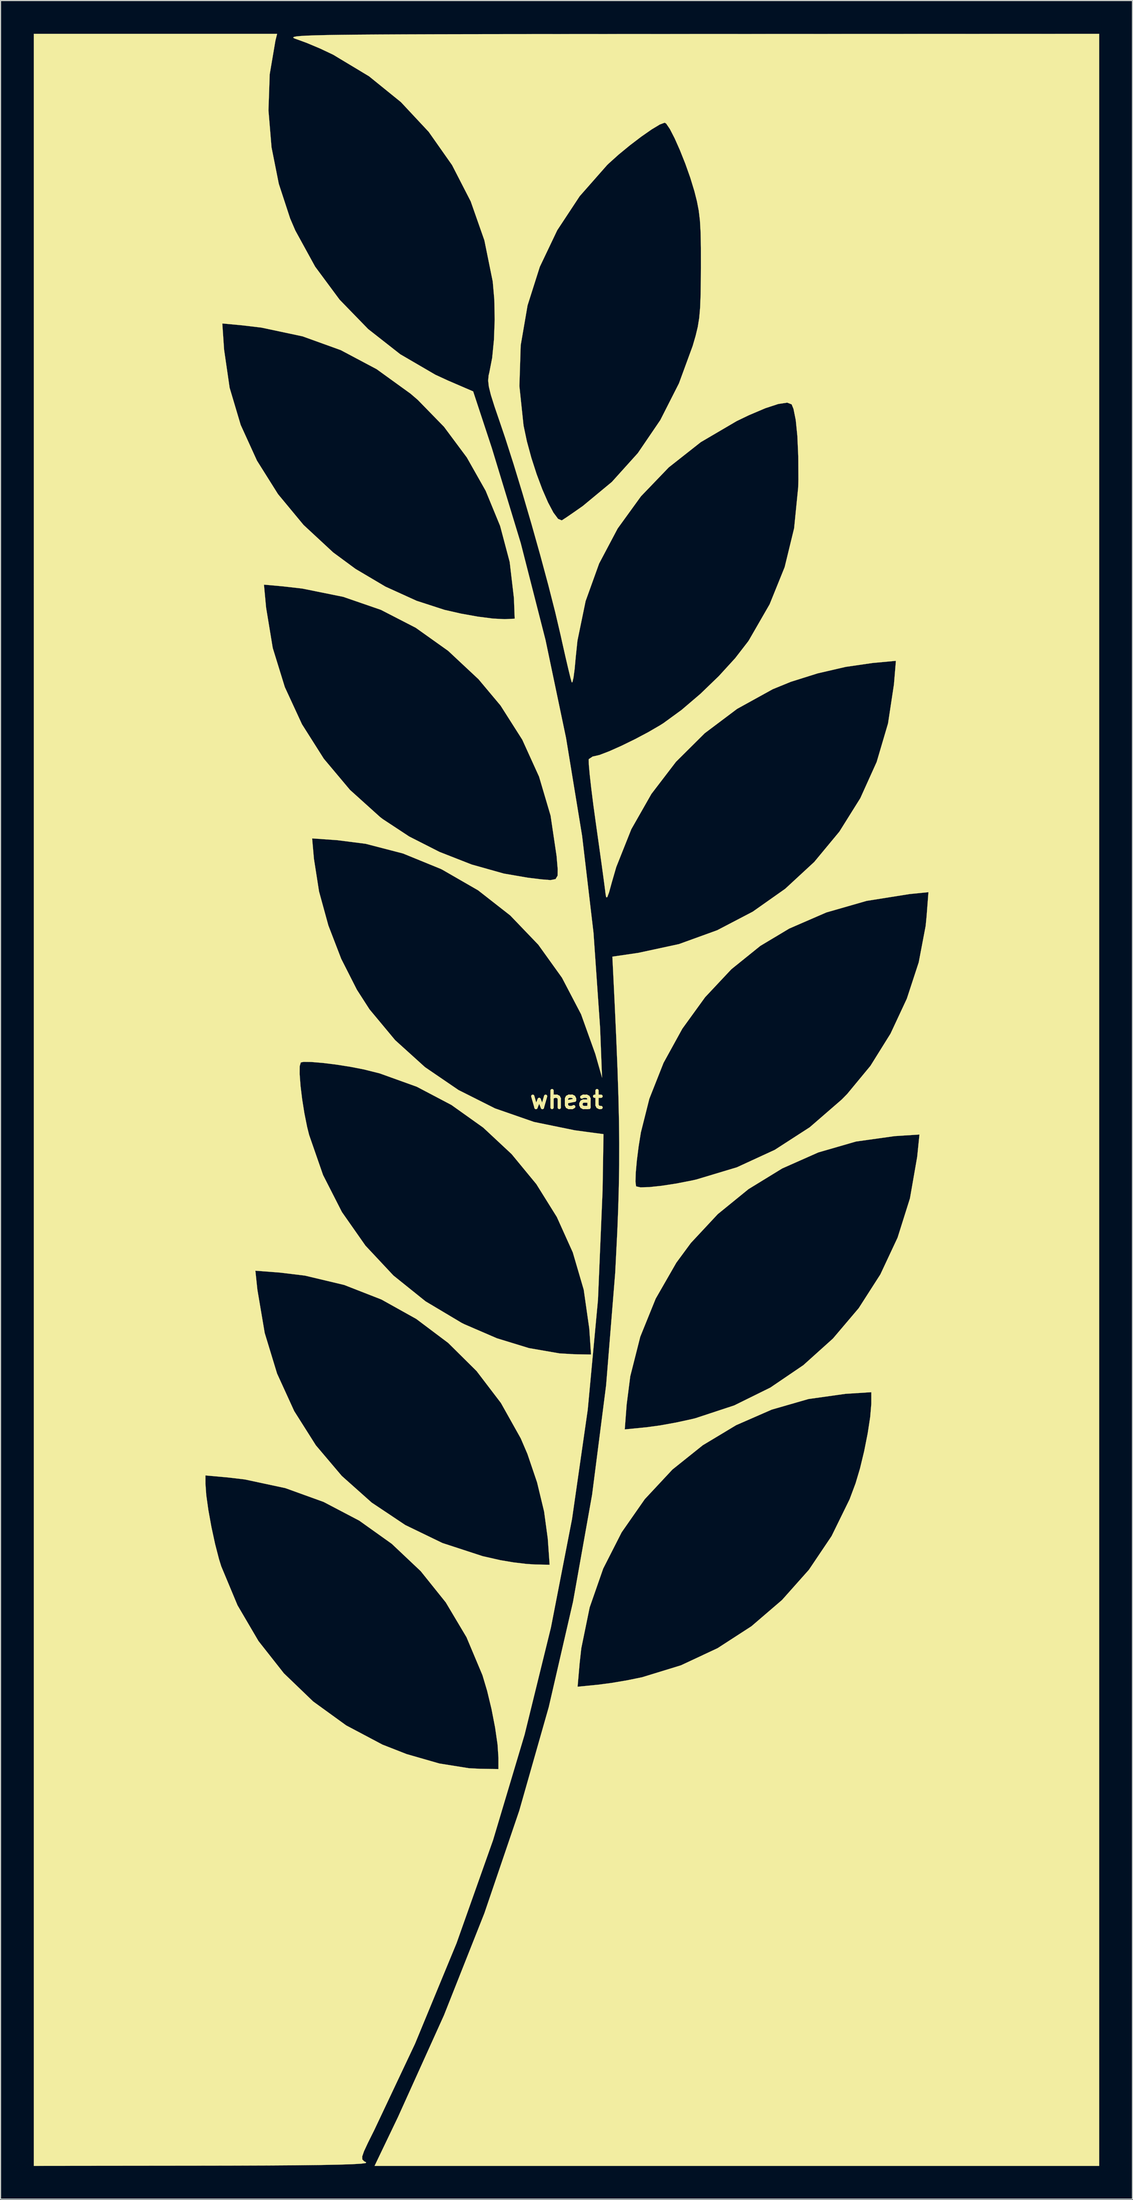
<source format=kicad_pcb>
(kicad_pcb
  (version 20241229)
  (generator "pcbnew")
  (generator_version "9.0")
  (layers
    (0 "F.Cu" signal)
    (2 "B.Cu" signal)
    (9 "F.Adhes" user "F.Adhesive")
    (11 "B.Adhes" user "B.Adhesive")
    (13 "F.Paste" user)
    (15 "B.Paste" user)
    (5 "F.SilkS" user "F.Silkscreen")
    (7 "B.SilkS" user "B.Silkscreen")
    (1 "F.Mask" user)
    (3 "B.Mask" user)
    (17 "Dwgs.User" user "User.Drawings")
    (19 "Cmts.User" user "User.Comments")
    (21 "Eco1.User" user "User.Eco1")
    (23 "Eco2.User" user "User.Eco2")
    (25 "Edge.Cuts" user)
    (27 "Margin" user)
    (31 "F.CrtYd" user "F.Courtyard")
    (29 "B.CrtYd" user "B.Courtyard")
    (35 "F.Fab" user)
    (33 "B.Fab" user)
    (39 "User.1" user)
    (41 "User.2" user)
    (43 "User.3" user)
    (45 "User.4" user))
  (footprint "wheat"
    (layer "F.Cu")
    (at 48.131 96.258)
    (property "Reference" "wheat" (at 0 0 0) (layer "F.SilkS") (effects (font (size 1.524 1.524) (thickness 0.3))))
    (attr through_hole)
    (fp_poly (pts (xy -26.295 -95.651) (xy -26.814 -92.601) (xy -26.927 -89.344) (xy -26.649 -86.005) (xy -25.992 -82.709) (xy -24.968 -79.583) (xy -24.499 -78.492) (xy -22.708 -75.23) (xy -20.497 -72.247) (xy -17.917 -69.594) (xy -15.019 -67.321) (xy -11.854 -65.476) (xy -10.711 -64.949) (xy -8.433 -63.968) (xy -6.741 -58.837) (xy -4.132 -50.263) (xy -1.893 -41.51) (xy -0.04 -32.671) (xy 1.41 -23.834) (xy 2.44 -15.089) (xy 3.034 -6.528) (xy 3.066 -5.748) (xy 3.212 -2.005) (xy 2.603 -4.145) (xy 1.316 -7.731) (xy -0.409 -11.029) (xy -2.55 -14.011) (xy -5.083 -16.65) (xy -7.987 -18.92) (xy -11.237 -20.792) (xy -11.363 -20.853) (xy -14.775 -22.246) (xy -18.15 -23.121) (xy -20.714 -23.447) (xy -22.981 -23.607) (xy -22.818 -21.763) (xy -22.356 -18.812) (xy -21.514 -15.746) (xy -20.353 -12.733) (xy -18.937 -9.943) (xy -17.796 -8.17) (xy -15.48 -5.39) (xy -12.782 -2.952) (xy -9.757 -0.888) (xy -6.457 0.771) (xy -2.936 1.994) (xy 0.751 2.748) (xy 0.802 2.755) (xy 3.342 3.095) (xy 3.26 8.165) (xy 2.843 18.065) (xy 1.919 27.973) (xy 0.5 37.846) (xy -1.406 47.642) (xy -3.787 57.32) (xy -6.634 66.837) (xy -9.936 76.152) (xy -13.684 85.223) (xy -17.369 93.025) (xy -17.941 94.173) (xy -18.296 94.936) (xy -18.457 95.406) (xy -18.446 95.675) (xy -18.288 95.835) (xy -18.099 95.933) (xy -18.137 95.998) (xy -18.553 96.054) (xy -19.367 96.102) (xy -20.599 96.142) (xy -22.27 96.174) (xy -24.4 96.199) (xy -27.008 96.218) (xy -30.116 96.23) (xy -32.819 96.235) (xy -48.126 96.253) (xy -48.126 33.91) (xy -32.619 33.91) (xy -32.618 34.668) (xy -32.546 35.683) (xy -32.356 37.041) (xy -32.079 38.57) (xy -31.748 40.101) (xy -31.396 41.464) (xy -31.195 42.111) (xy -29.722 45.637) (xy -27.825 48.869) (xy -25.535 51.776) (xy -22.884 54.324) (xy -19.903 56.482) (xy -16.626 58.217) (xy -14.446 59.071) (xy -11.486 59.921) (xy -8.817 60.347) (xy -7.821 60.398) (xy -6.149 60.425) (xy -6.149 59.391) (xy -6.23 58.197) (xy -6.45 56.677) (xy -6.774 55.006) (xy -7.168 53.366) (xy -7.591 51.95) (xy -9.035 48.517) (xy -10.907 45.376) (xy -13.171 42.555) (xy -15.789 40.084) (xy -18.725 37.992) (xy -21.941 36.306) (xy -25.4 35.057) (xy -29.065 34.273) (xy -30.547 34.098) (xy -32.619 33.91) (xy -48.126 33.91) (xy -48.126 15.426) (xy -28.109 15.426) (xy -27.928 17.138) (xy -27.265 21.051) (xy -26.148 24.715) (xy -24.599 28.104) (xy -22.643 31.193) (xy -20.304 33.954) (xy -17.603 36.361) (xy -14.566 38.389) (xy -11.215 40.011) (xy -7.575 41.2) (xy -5.982 41.561) (xy -4.808 41.759) (xy -3.621 41.901) (xy -2.834 41.952) (xy -1.524 41.977) (xy -1.691 39.623) (xy -2.024 37.167) (xy -2.658 34.539) (xy -3.532 31.964) (xy -4.134 30.563) (xy -5.925 27.369) (xy -8.125 24.486) (xy -10.689 21.947) (xy -13.568 19.784) (xy -16.717 18.028) (xy -20.088 16.712) (xy -23.636 15.868) (xy -25.871 15.598) (xy -28.109 15.426) (xy -48.126 15.426) (xy -48.126 -2.299) (xy -24.107 -2.299) (xy -24.029 -1.262) (xy -23.881 -0.049) (xy -23.678 1.225) (xy -23.433 2.444) (xy -23.254 3.162) (xy -21.994 6.787) (xy -20.289 10.13) (xy -18.163 13.163) (xy -15.637 15.86) (xy -12.732 18.193) (xy -9.471 20.137) (xy -9.224 20.26) (xy -6.284 21.528) (xy -3.392 22.414) (xy -0.644 22.89) (xy 0.641 22.967) (xy 2.218 22.994) (xy 2.058 20.654) (xy 1.557 17.144) (xy 0.568 13.771) (xy -0.873 10.577) (xy -2.727 7.605) (xy -4.957 4.9) (xy -7.525 2.505) (xy -10.394 0.463) (xy -13.525 -1.184) (xy -16.881 -2.391) (xy -18.315 -2.749) (xy -19.53 -2.985) (xy -20.805 -3.185) (xy -22.017 -3.334) (xy -23.041 -3.42) (xy -23.753 -3.429) (xy -24.004 -3.379) (xy -24.103 -3.043) (xy -24.107 -2.299) (xy -48.126 -2.299) (xy -48.126 -46.52) (xy -27.334 -46.52) (xy -27.141 -44.449) (xy -26.539 -40.799) (xy -25.447 -37.266) (xy -23.897 -33.912) (xy -21.924 -30.799) (xy -19.561 -27.987) (xy -16.842 -25.537) (xy -16.597 -25.349) (xy -14.21 -23.778) (xy -11.477 -22.389) (xy -8.572 -21.251) (xy -5.663 -20.433) (xy -3.51 -20.062) (xy -2.254 -19.909) (xy -1.445 -19.844) (xy -0.991 -19.933) (xy -0.804 -20.244) (xy -0.796 -20.842) (xy -0.877 -21.793) (xy -0.894 -22.005) (xy -1.437 -25.662) (xy -2.479 -29.185) (xy -3.995 -32.519) (xy -5.96 -35.606) (xy -7.95 -37.979) (xy -10.694 -40.543) (xy -13.621 -42.625) (xy -16.768 -44.244) (xy -20.175 -45.419) (xy -23.882 -46.167) (xy -25.632 -46.367) (xy -27.334 -46.52) (xy -48.126 -46.52) (xy -48.126 -70.102) (xy -31.097 -70.102) (xy -30.935 -67.737) (xy -30.435 -64.296) (xy -29.435 -60.939) (xy -27.966 -57.718) (xy -26.062 -54.69) (xy -23.755 -51.908) (xy -21.079 -49.428) (xy -19.059 -47.939) (xy -16.356 -46.34) (xy -13.545 -45.063) (xy -11.02 -44.243) (xy -9.519 -43.902) (xy -8.003 -43.631) (xy -6.639 -43.457) (xy -5.597 -43.403) (xy -5.481 -43.407) (xy -4.679 -43.447) (xy -4.751 -45.319) (xy -5.132 -48.566) (xy -5.996 -51.819) (xy -7.302 -54.993) (xy -9.007 -58.006) (xy -11.067 -60.772) (xy -13.441 -63.206) (xy -14.094 -63.766) (xy -17.152 -65.974) (xy -20.391 -67.693) (xy -23.848 -68.939) (xy -27.561 -69.727) (xy -29.251 -69.929) (xy -31.097 -70.102) (xy -48.126 -70.102) (xy -48.126 -96.253) (xy -26.144 -96.253) (xy -26.295 -95.651)) (stroke (width 0.01) (type solid)) (fill yes) (layer "F.SilkS"))
    (fp_poly (pts (xy 48.126 96.253) (xy -17.34 96.253) (xy -15.227 91.847) (xy -11.07 82.653) (xy -7.42 73.444) (xy -4.267 64.18) (xy -1.601 54.821) (xy -1.178 52.989) (xy 1.002 52.989) (xy 2.84 52.808) (xy 4.057 52.649) (xy 5.484 52.408) (xy 6.812 52.136) (xy 6.818 52.135) (xy 10.339 51.056) (xy 13.65 49.508) (xy 16.708 47.529) (xy 19.472 45.157) (xy 21.9 42.43) (xy 23.949 39.387) (xy 25.577 36.066) (xy 26.116 34.624) (xy 26.517 33.279) (xy 26.894 31.716) (xy 27.212 30.11) (xy 27.438 28.636) (xy 27.537 27.47) (xy 27.539 27.333) (xy 27.539 26.395) (xy 25.199 26.544) (xy 21.863 27.012) (xy 18.541 27.969) (xy 15.327 29.373) (xy 12.311 31.186) (xy 9.588 33.365) (xy 9.557 33.393) (xy 7.073 36.053) (xy 4.984 39.046) (xy 3.316 42.322) (xy 2.092 45.829) (xy 1.337 49.515) (xy 1.184 50.892) (xy 1.002 52.989) (xy -1.178 52.989) (xy 0.589 45.325) (xy 2.313 35.653) (xy 3.069 29.755) (xy 5.263 29.755) (xy 7.225 29.562) (xy 8.431 29.399) (xy 9.883 29.137) (xy 11.312 28.827) (xy 11.644 28.745) (xy 15.155 27.588) (xy 18.417 25.979) (xy 21.399 23.954) (xy 24.071 21.552) (xy 26.4 18.808) (xy 28.357 15.758) (xy 29.911 12.441) (xy 31.03 8.892) (xy 31.683 5.147) (xy 31.701 4.973) (xy 31.888 3.129) (xy 29.646 3.274) (xy 26.155 3.762) (xy 22.747 4.748) (xy 19.487 6.194) (xy 16.44 8.062) (xy 13.668 10.317) (xy 11.238 12.92) (xy 9.924 14.702) (xy 8.059 17.948) (xy 6.664 21.391) (xy 5.761 24.959) (xy 5.436 27.496) (xy 5.263 29.755) (xy 3.069 29.755) (xy 3.58 25.762) (xy 4.401 15.613) (xy 4.593 11.81) (xy 4.673 9.737) (xy 4.729 7.779) (xy 4.735 7.368) (xy 6.231 7.368) (xy 6.283 7.791) (xy 6.299 7.814) (xy 6.684 7.899) (xy 7.484 7.877) (xy 8.589 7.759) (xy 9.894 7.559) (xy 11.289 7.289) (xy 11.719 7.193) (xy 15.396 6.088) (xy 18.819 4.512) (xy 21.978 2.472) (xy 24.865 -0.029) (xy 25.352 -0.524) (xy 27.46 -3.072) (xy 29.275 -5.981) (xy 30.747 -9.134) (xy 31.822 -12.415) (xy 32.448 -15.705) (xy 32.533 -16.57) (xy 32.701 -18.752) (xy 30.989 -18.581) (xy 27.116 -17.966) (xy 23.479 -16.922) (xy 20.127 -15.468) (xy 17.512 -13.903) (xy 14.894 -11.793) (xy 12.527 -9.272) (xy 10.466 -6.426) (xy 8.767 -3.34) (xy 7.485 -0.101) (xy 6.72 2.941) (xy 6.514 4.222) (xy 6.357 5.466) (xy 6.259 6.554) (xy 6.231 7.368) (xy 4.735 7.368) (xy 4.759 5.865) (xy 4.764 3.92) (xy 4.741 1.873) (xy 4.689 -0.35) (xy 4.607 -2.821) (xy 4.494 -5.613) (xy 4.348 -8.799) (xy 4.184 -12.147) (xy 4.144 -12.931) (xy 6.486 -13.273) (xy 10.156 -14.064) (xy 13.615 -15.316) (xy 16.828 -16.993) (xy 19.761 -19.06) (xy 22.381 -21.48) (xy 24.654 -24.219) (xy 26.545 -27.24) (xy 28.022 -30.508) (xy 29.049 -33.988) (xy 29.583 -37.506) (xy 29.761 -39.641) (xy 27.647 -39.445) (xy 25.226 -39.094) (xy 22.69 -38.508) (xy 20.273 -37.748) (xy 18.633 -37.079) (xy 15.416 -35.304) (xy 12.491 -33.105) (xy 9.896 -30.529) (xy 7.672 -27.624) (xy 5.858 -24.44) (xy 4.496 -21.023) (xy 4.098 -19.65) (xy 3.846 -18.734) (xy 3.682 -18.297) (xy 3.582 -18.294) (xy 3.531 -18.582) (xy 3.469 -19.084) (xy 3.344 -20.022) (xy 3.169 -21.304) (xy 2.955 -22.836) (xy 2.717 -24.527) (xy 2.657 -24.951) (xy 2.427 -26.622) (xy 2.239 -28.116) (xy 2.1 -29.351) (xy 2.019 -30.246) (xy 2.006 -30.719) (xy 2.017 -30.767) (xy 2.378 -31.009) (xy 2.441 -31.015) (xy 2.979 -31.14) (xy 3.86 -31.477) (xy 4.968 -31.971) (xy 6.182 -32.564) (xy 7.385 -33.201) (xy 8.458 -33.825) (xy 8.767 -34.021) (xy 10.391 -35.204) (xy 12.101 -36.662) (xy 13.763 -38.265) (xy 15.241 -39.882) (xy 16.399 -41.379) (xy 16.476 -41.493) (xy 18.35 -44.743) (xy 19.709 -48.1) (xy 20.565 -51.612) (xy 20.934 -55.321) (xy 20.949 -56.014) (xy 20.938 -58.13) (xy 20.857 -59.939) (xy 20.712 -61.379) (xy 20.508 -62.39) (xy 20.34 -62.799) (xy 19.94 -62.953) (xy 19.132 -62.831) (xy 17.962 -62.448) (xy 16.472 -61.815) (xy 15.374 -61.287) (xy 12.131 -59.385) (xy 9.242 -57.11) (xy 6.731 -54.499) (xy 4.624 -51.591) (xy 2.947 -48.424) (xy 1.727 -45.036) (xy 0.99 -41.465) (xy 0.834 -39.972) (xy 0.736 -38.903) (xy 0.631 -38.118) (xy 0.533 -37.708) (xy 0.474 -37.699) (xy 0.362 -38.093) (xy 0.163 -38.905) (xy -0.1 -40.033) (xy -0.402 -41.372) (xy -0.536 -41.977) (xy -1.02 -44.04) (xy -1.642 -46.479) (xy -2.366 -49.165) (xy -3.155 -51.967) (xy -3.972 -54.756) (xy -4.779 -57.403) (xy -5.541 -59.779) (xy -6.009 -61.16) (xy -6.503 -62.602) (xy -6.832 -63.646) (xy -7.016 -64.393) (xy -7.023 -64.452) (xy -4.256 -64.452) (xy -3.88 -60.885) (xy -3.578 -59.454) (xy -3.172 -57.963) (xy -2.697 -56.493) (xy -2.185 -55.126) (xy -1.669 -53.943) (xy -1.183 -53.027) (xy -0.76 -52.459) (xy -0.432 -52.321) (xy -0.411 -52.331) (xy -0.067 -52.554) (xy 0.578 -52.995) (xy 1.392 -53.564) (xy 1.471 -53.619) (xy 4.099 -55.795) (xy 6.444 -58.396) (xy 8.475 -61.378) (xy 10.16 -64.696) (xy 11.399 -68.072) (xy 11.667 -68.991) (xy 11.861 -69.799) (xy 11.992 -70.613) (xy 12.074 -71.552) (xy 12.119 -72.735) (xy 12.14 -74.281) (xy 12.145 -75.131) (xy 12.144 -76.924) (xy 12.118 -78.301) (xy 12.057 -79.383) (xy 11.949 -80.288) (xy 11.785 -81.136) (xy 11.555 -82.045) (xy 11.549 -82.064) (xy 11.184 -83.26) (xy 10.737 -84.519) (xy 10.251 -85.739) (xy 9.771 -86.819) (xy 9.341 -87.655) (xy 9.007 -88.146) (xy 8.871 -88.232) (xy 8.428 -88.066) (xy 7.689 -87.62) (xy 6.755 -86.969) (xy 5.729 -86.188) (xy 4.713 -85.353) (xy 3.809 -84.539) (xy 3.656 -84.39) (xy 1.192 -81.594) (xy -0.836 -78.52) (xy -2.411 -75.217) (xy -3.517 -71.738) (xy -4.137 -68.132) (xy -4.256 -64.452) (xy -7.023 -64.452) (xy -7.078 -64.945) (xy -7.038 -65.404) (xy -6.966 -65.705) (xy -6.715 -66.997) (xy -6.553 -68.641) (xy -6.487 -70.459) (xy -6.523 -72.275) (xy -6.664 -73.891) (xy -7.419 -77.609) (xy -8.654 -81.126) (xy -10.34 -84.404) (xy -12.451 -87.405) (xy -14.961 -90.09) (xy -17.841 -92.421) (xy -21.066 -94.36) (xy -21.122 -94.388) (xy -22.259 -94.925) (xy -23.466 -95.432) (xy -24.331 -95.748) (xy -24.524 -95.814) (xy -24.653 -95.875) (xy -24.694 -95.929) (xy -24.62 -95.977) (xy -24.408 -96.02) (xy -24.031 -96.057) (xy -23.465 -96.09) (xy -22.684 -96.118) (xy -21.664 -96.143) (xy -20.379 -96.163) (xy -18.805 -96.18) (xy -16.915 -96.194) (xy -14.685 -96.206) (xy -12.09 -96.215) (xy -9.105 -96.222) (xy -5.704 -96.227) (xy -1.863 -96.231) (xy 2.444 -96.234) (xy 7.242 -96.237) (xy 11.163 -96.238) (xy 48.126 -96.253) (xy 48.126 96.253)) (stroke (width 0.01) (type solid)) (fill yes) (layer "F.SilkS")))
  (gr_rect
    (start -3 -3)
    (end 99.263 195.515)
    (stroke (width 0.1) (type default))
    (fill no)
    (layer "Edge.Cuts")))
</source>
